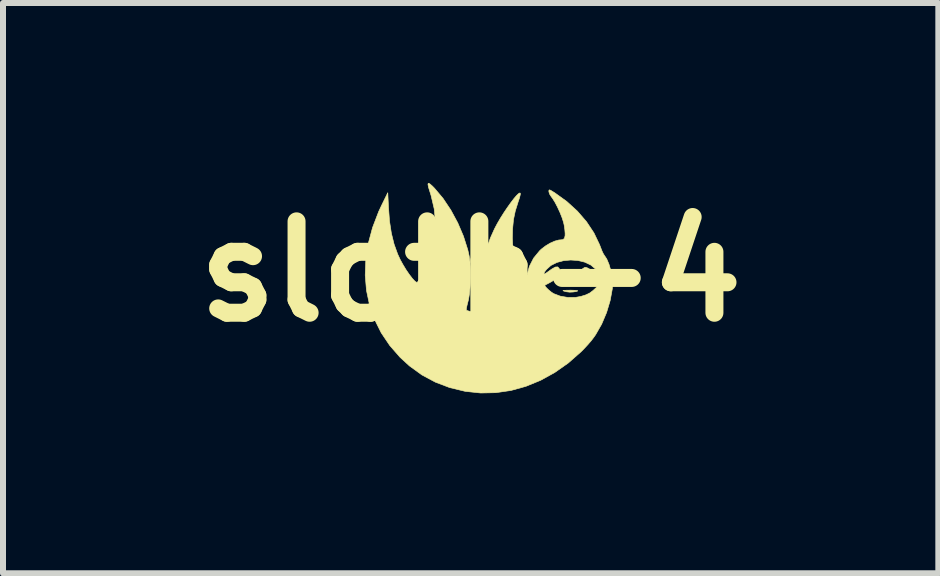
<source format=kicad_pcb>
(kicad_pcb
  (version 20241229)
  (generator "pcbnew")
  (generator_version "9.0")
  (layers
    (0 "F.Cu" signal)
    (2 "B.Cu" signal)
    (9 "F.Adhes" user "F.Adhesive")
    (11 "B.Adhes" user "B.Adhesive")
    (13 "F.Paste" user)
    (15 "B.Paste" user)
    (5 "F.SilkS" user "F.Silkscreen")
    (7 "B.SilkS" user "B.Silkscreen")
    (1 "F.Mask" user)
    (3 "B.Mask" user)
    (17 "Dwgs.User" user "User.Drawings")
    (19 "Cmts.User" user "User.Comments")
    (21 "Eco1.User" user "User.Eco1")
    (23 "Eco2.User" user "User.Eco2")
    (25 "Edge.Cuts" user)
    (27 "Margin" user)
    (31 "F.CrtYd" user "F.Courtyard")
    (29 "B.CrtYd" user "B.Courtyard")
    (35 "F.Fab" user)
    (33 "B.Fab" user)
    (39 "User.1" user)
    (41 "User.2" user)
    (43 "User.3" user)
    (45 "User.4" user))
  (footprint "sloth-4"
    (layer "F.Cu")
    (at 4.797 1.475)
    (property "Reference" "sloth-4" (at 0 0 0) (layer "F.SilkS") (effects (font (size 1.524 1.524) (thickness 0.3))))
    (attr through_hole)
    (fp_poly (pts (xy 1.739 0.315) (xy 1.778 0.319) (xy 1.785 0.326) (xy 1.759 0.335) (xy 1.71 0.343) (xy 1.651 0.346) (xy 1.595 0.339) (xy 1.554 0.328) (xy 1.539 0.321) (xy 1.553 0.316) (xy 1.597 0.314) (xy 1.668 0.313) (xy 1.739 0.315)) (stroke (width 0.01) (type solid)) (fill yes) (layer "F.SilkS"))
    (fp_poly (pts (xy 1.742 0.087) (xy 1.793 0.108) (xy 1.822 0.135) (xy 1.825 0.166) (xy 1.8 0.196) (xy 1.77 0.213) (xy 1.675 0.235) (xy 1.58 0.224) (xy 1.545 0.212) (xy 1.502 0.184) (xy 1.49 0.153) (xy 1.503 0.124) (xy 1.541 0.1) (xy 1.598 0.083) (xy 1.671 0.078) (xy 1.742 0.087)) (stroke (width 0.01) (type solid)) (fill yes) (layer "F.SilkS"))
    (fp_poly (pts (xy -0.685 -1.463) (xy -0.645 -1.429) (xy -0.604 -1.388) (xy -0.461 -1.218) (xy -0.33 -1.022) (xy -0.215 -0.809) (xy -0.12 -0.586) (xy -0.048 -0.36) (xy -0.025 -0.256) (xy -0.01 -0.152) (xy -0.003 -0.029) (xy -0.002 0.106) (xy -0.008 0.241) (xy -0.019 0.367) (xy -0.037 0.474) (xy -0.048 0.516) (xy -0.063 0.576) (xy -0.072 0.621) (xy -0.072 0.645) (xy -0.071 0.646) (xy -0.049 0.656) (xy -0.005 0.668) (xy 0.021 0.673) (xy 0.102 0.69) (xy 0.102 0.584) (xy 0.112 0.359) (xy 0.142 0.123) (xy 0.19 -0.115) (xy 0.253 -0.346) (xy 0.33 -0.56) (xy 0.398 -0.711) (xy 0.444 -0.798) (xy 0.497 -0.889) (xy 0.553 -0.978) (xy 0.611 -1.064) (xy 0.667 -1.143) (xy 0.718 -1.21) (xy 0.763 -1.263) (xy 0.798 -1.297) (xy 0.821 -1.309) (xy 0.83 -1.297) (xy 0.83 -1.297) (xy 0.824 -1.266) (xy 0.81 -1.214) (xy 0.789 -1.153) (xy 0.789 -1.151) (xy 0.744 -1.008) (xy 0.714 -0.865) (xy 0.699 -0.711) (xy 0.695 -0.555) (xy 0.708 -0.31) (xy 0.751 -0.073) (xy 0.822 0.164) (xy 0.886 0.323) (xy 0.924 0.407) (xy 0.924 0.242) (xy 0.937 0.07) (xy 0.946 0.036) (xy 1.22 0.036) (xy 1.227 0.044) (xy 1.252 0.032) (xy 1.286 0.008) (xy 1.332 -0.025) (xy 1.355 -0.041) (xy 1.412 -0.073) (xy 1.452 -0.075) (xy 1.477 -0.047) (xy 1.487 -0.002) (xy 1.476 0.053) (xy 1.434 0.108) (xy 1.362 0.162) (xy 1.313 0.19) (xy 1.271 0.212) (xy 1.242 0.227) (xy 1.237 0.231) (xy 1.242 0.247) (xy 1.266 0.276) (xy 1.302 0.31) (xy 1.342 0.343) (xy 1.379 0.368) (xy 1.38 0.369) (xy 1.492 0.412) (xy 1.619 0.434) (xy 1.749 0.433) (xy 1.838 0.417) (xy 1.921 0.391) (xy 1.984 0.361) (xy 2.04 0.319) (xy 2.061 0.3) (xy 2.116 0.248) (xy 2.035 0.202) (xy 1.973 0.16) (xy 1.917 0.111) (xy 1.873 0.061) (xy 1.849 0.018) (xy 1.846 0.003) (xy 1.861 -0.04) (xy 1.898 -0.065) (xy 1.918 -0.068) (xy 1.948 -0.058) (xy 1.993 -0.033) (xy 2.027 -0.008) (xy 2.085 0.032) (xy 2.122 0.049) (xy 2.136 0.044) (xy 2.127 0.017) (xy 2.091 -0.03) (xy 2.084 -0.038) (xy 2.004 -0.106) (xy 1.903 -0.154) (xy 1.789 -0.182) (xy 1.668 -0.19) (xy 1.548 -0.179) (xy 1.436 -0.149) (xy 1.337 -0.099) (xy 1.264 -0.033) (xy 1.233 0.008) (xy 1.22 0.036) (xy 0.946 0.036) (xy 0.979 -0.084) (xy 1.049 -0.221) (xy 1.149 -0.343) (xy 1.177 -0.37) (xy 1.247 -0.424) (xy 1.325 -0.471) (xy 1.404 -0.506) (xy 1.471 -0.524) (xy 1.489 -0.525) (xy 1.537 -0.53) (xy 1.563 -0.551) (xy 1.574 -0.594) (xy 1.575 -0.63) (xy 1.57 -0.695) (xy 1.559 -0.772) (xy 1.548 -0.819) (xy 1.524 -0.895) (xy 1.489 -0.983) (xy 1.447 -1.074) (xy 1.404 -1.156) (xy 1.363 -1.221) (xy 1.346 -1.243) (xy 1.318 -1.286) (xy 1.304 -1.327) (xy 1.304 -1.332) (xy 1.305 -1.353) (xy 1.313 -1.36) (xy 1.334 -1.352) (xy 1.373 -1.328) (xy 1.401 -1.311) (xy 1.601 -1.167) (xy 1.779 -1.005) (xy 1.931 -0.829) (xy 2.055 -0.642) (xy 2.149 -0.446) (xy 2.17 -0.391) (xy 2.192 -0.335) (xy 2.214 -0.29) (xy 2.226 -0.272) (xy 2.269 -0.207) (xy 2.307 -0.117) (xy 2.337 -0.012) (xy 2.357 0.1) (xy 2.365 0.209) (xy 2.362 0.288) (xy 2.326 0.485) (xy 2.266 0.685) (xy 2.184 0.879) (xy 2.084 1.054) (xy 2.054 1.097) (xy 2.007 1.159) (xy 1.944 1.231) (xy 1.876 1.304) (xy 1.839 1.341) (xy 1.626 1.528) (xy 1.401 1.686) (xy 1.165 1.816) (xy 0.921 1.916) (xy 0.672 1.985) (xy 0.419 2.022) (xy 0.165 2.027) (xy -0.088 2) (xy -0.093 1.999) (xy -0.35 1.937) (xy -0.589 1.846) (xy -0.813 1.726) (xy -1.02 1.576) (xy -1.177 1.432) (xy -1.349 1.235) (xy -1.491 1.024) (xy -1.603 0.799) (xy -1.685 0.563) (xy -1.737 0.317) (xy -1.758 0.063) (xy -1.748 -0.197) (xy -1.708 -0.462) (xy -1.636 -0.73) (xy -1.533 -0.999) (xy -1.485 -1.101) (xy -1.382 -1.312) (xy -1.37 -1.067) (xy -1.353 -0.838) (xy -1.322 -0.636) (xy -1.277 -0.454) (xy -1.217 -0.288) (xy -1.174 -0.195) (xy -1.128 -0.112) (xy -1.076 -0.026) (xy -1.021 0.054) (xy -0.971 0.119) (xy -0.933 0.16) (xy -0.906 0.181) (xy -0.89 0.18) (xy -0.872 0.16) (xy -0.835 0.102) (xy -0.792 0.021) (xy -0.747 -0.075) (xy -0.703 -0.177) (xy -0.665 -0.276) (xy -0.637 -0.364) (xy -0.632 -0.381) (xy -0.594 -0.595) (xy -0.586 -0.818) (xy -0.608 -1.044) (xy -0.661 -1.269) (xy -0.677 -1.32) (xy -0.702 -1.4) (xy -0.712 -1.45) (xy -0.707 -1.47) (xy -0.685 -1.463)) (stroke (width 0.01) (type solid)) (fill yes) (layer "F.SilkS")))
  (gr_rect
    (start -3 -3)
    (end 12.594 6.508)
    (stroke (width 0.1) (type default))
    (fill no)
    (layer "Edge.Cuts")))
</source>
